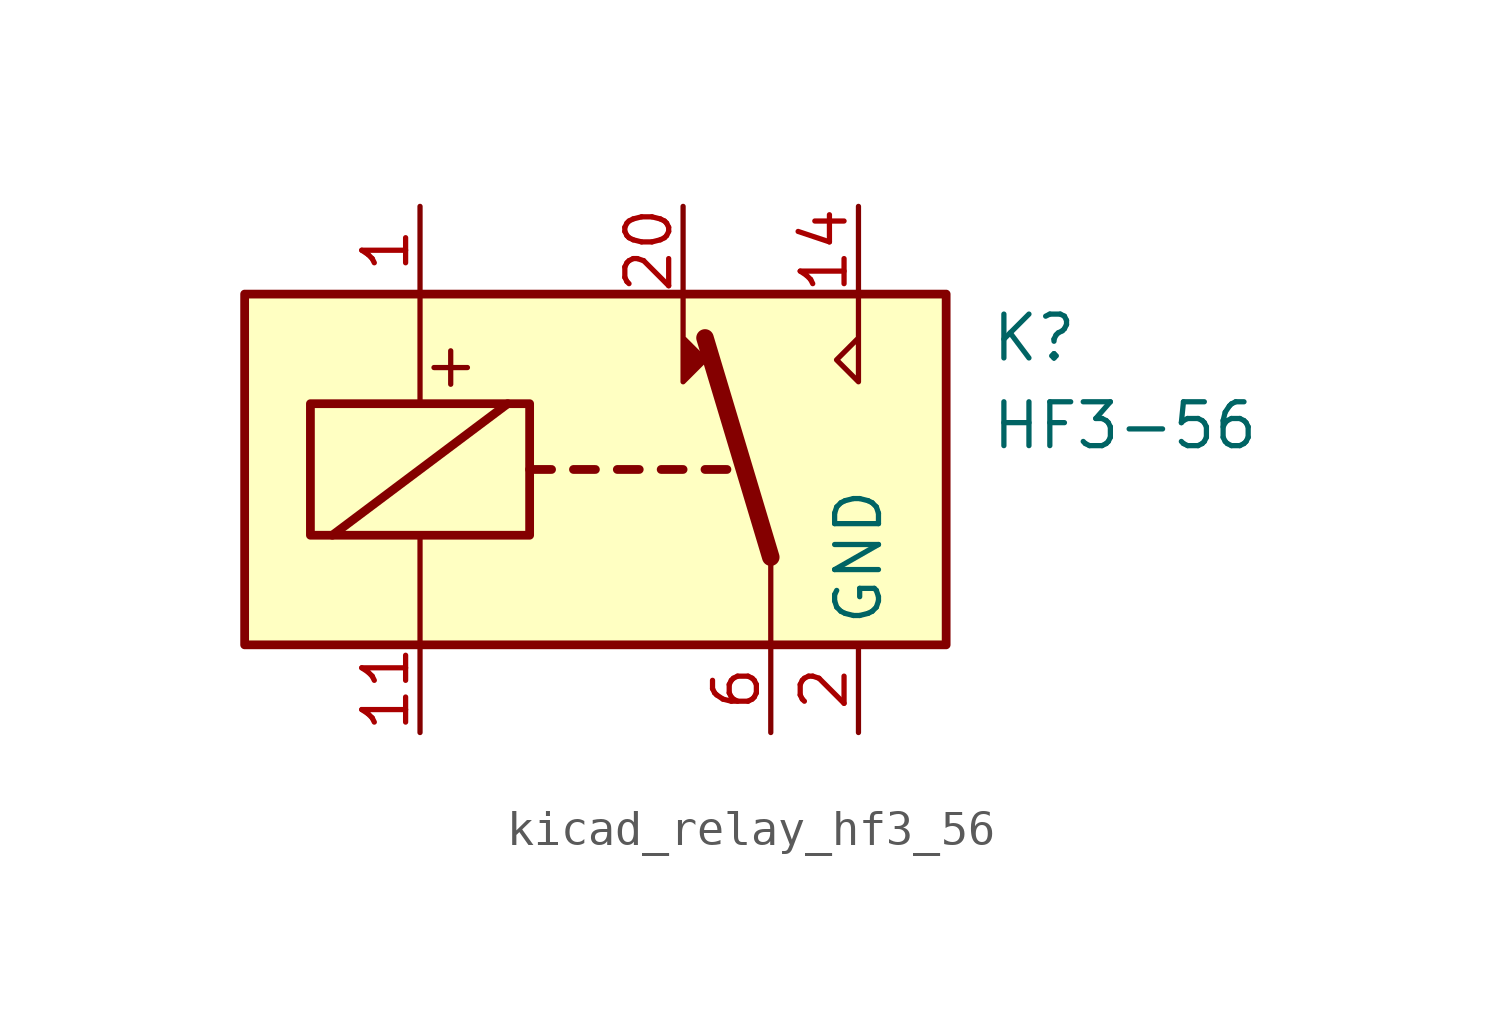
<source format=kicad_sym>
(kicad_symbol_lib
  (version 20220914)
  (generator kicad_symbol_editor)
  (symbol "kicad_relay_hf3_56"
    (property "Reference" "K"
      (at 11.43 3.81 0)
      (effects (font (size 1.27 1.27)) (justify left)))
    (property "Value" "HF3-56"
      (at 11.43 1.27 0)
      (effects (font (size 1.27 1.27)) (justify left)))
    (symbol "kicad_relay_hf3_56_0_0"
      (polyline (pts (xy 7.62 5.08) (xy 7.62 2.54) (xy 6.985 3.175) (xy 7.62 3.81)) (stroke (width 0) (type default)) (fill (type none)))
      (text "+" (at -4.191 3.048 0) (effects (font (size 1.27 1.27)))))
    (symbol "kicad_relay_hf3_56_0_1"
      (rectangle (start -10.16 5.08) (end 10.16 -5.08) (stroke (width 0.254) (type default)) (fill (type background)))
      (rectangle (start -8.255 1.905) (end -1.905 -1.905) (stroke (width 0.254) (type default)) (fill (type none)))
      (polyline (pts (xy -7.62 -1.905) (xy -2.54 1.905)) (stroke (width 0.254) (type default)) (fill (type none)))
      (polyline (pts (xy -5.08 -5.08) (xy -5.08 -1.905)) (stroke (width 0) (type default)) (fill (type none)))
      (polyline (pts (xy -5.08 5.08) (xy -5.08 1.905)) (stroke (width 0) (type default)) (fill (type none)))
      (polyline (pts (xy -1.905 0) (xy -1.27 0)) (stroke (width 0.254) (type default)) (fill (type none)))
      (polyline (pts (xy -0.635 0) (xy 0 0)) (stroke (width 0.254) (type default)) (fill (type none)))
      (polyline (pts (xy 0.635 0) (xy 1.27 0)) (stroke (width 0.254) (type default)) (fill (type none)))
      (polyline (pts (xy 1.905 0) (xy 2.54 0)) (stroke (width 0.254) (type default)) (fill (type none)))
      (polyline (pts (xy 3.175 0) (xy 3.81 0)) (stroke (width 0.254) (type default)) (fill (type none)))
      (polyline (pts (xy 5.08 -2.54) (xy 3.175 3.81)) (stroke (width 0.508) (type default)) (fill (type none)))
      (polyline (pts (xy 5.08 -2.54) (xy 5.08 -5.08)) (stroke (width 0) (type default)) (fill (type none)))
      (polyline (pts (xy 2.54 5.08) (xy 2.54 2.54) (xy 3.175 3.175) (xy 2.54 3.81)) (stroke (width 0) (type default)) (fill (type outline))))
    (symbol "kicad_relay_hf3_56_1_1"
      (pin passive line (at -5.08 7.62 270) (length 2.54) (name "~" (effects (font (size 1.27 1.27)))) (number "1" (effects (font (size 1.27 1.27)))))
      (pin passive line (at 7.62 -7.62 90) (length 2.54) hide (name "GND" (effects (font (size 1.27 1.27)))) (number "10" (effects (font (size 1.27 1.27)))))
      (pin passive line (at -5.08 -7.62 90) (length 2.54) (name "~" (effects (font (size 1.27 1.27)))) (number "11" (effects (font (size 1.27 1.27)))))
      (pin passive line (at 7.62 -7.62 90) (length 2.54) hide (name "GND" (effects (font (size 1.27 1.27)))) (number "12" (effects (font (size 1.27 1.27)))))
      (pin passive line (at 7.62 -7.62 90) (length 2.54) hide (name "GND" (effects (font (size 1.27 1.27)))) (number "13" (effects (font (size 1.27 1.27)))))
      (pin passive line (at 7.62 7.62 270) (length 2.54) (name "~" (effects (font (size 1.27 1.27)))) (number "14" (effects (font (size 1.27 1.27)))))
      (pin passive line (at 7.62 -7.62 90) (length 2.54) hide (name "GND" (effects (font (size 1.27 1.27)))) (number "15" (effects (font (size 1.27 1.27)))))
      (pin passive line (at 7.62 -7.62 90) (length 2.54) hide (name "GND" (effects (font (size 1.27 1.27)))) (number "17" (effects (font (size 1.27 1.27)))))
      (pin passive line (at 7.62 -7.62 90) (length 2.54) hide (name "GND" (effects (font (size 1.27 1.27)))) (number "19" (effects (font (size 1.27 1.27)))))
      (pin power_in line (at 7.62 -7.62 90) (length 2.54) (name "GND" (effects (font (size 1.27 1.27)))) (number "2" (effects (font (size 1.27 1.27)))))
      (pin passive line (at 2.54 7.62 270) (length 2.54) (name "~" (effects (font (size 1.27 1.27)))) (number "20" (effects (font (size 1.27 1.27)))))
      (pin passive line (at 7.62 -7.62 90) (length 2.54) hide (name "GND" (effects (font (size 1.27 1.27)))) (number "21" (effects (font (size 1.27 1.27)))))
      (pin passive line (at 7.62 -7.62 90) (length 2.54) hide (name "GND" (effects (font (size 1.27 1.27)))) (number "22" (effects (font (size 1.27 1.27)))))
      (pin passive line (at 7.62 -7.62 90) (length 2.54) hide (name "GND" (effects (font (size 1.27 1.27)))) (number "5" (effects (font (size 1.27 1.27)))))
      (pin passive line (at 5.08 -7.62 90) (length 2.54) (name "~" (effects (font (size 1.27 1.27)))) (number "6" (effects (font (size 1.27 1.27)))))
      (pin passive line (at 7.62 -7.62 90) (length 2.54) hide (name "GND" (effects (font (size 1.27 1.27)))) (number "7" (effects (font (size 1.27 1.27))))))))
</source>
